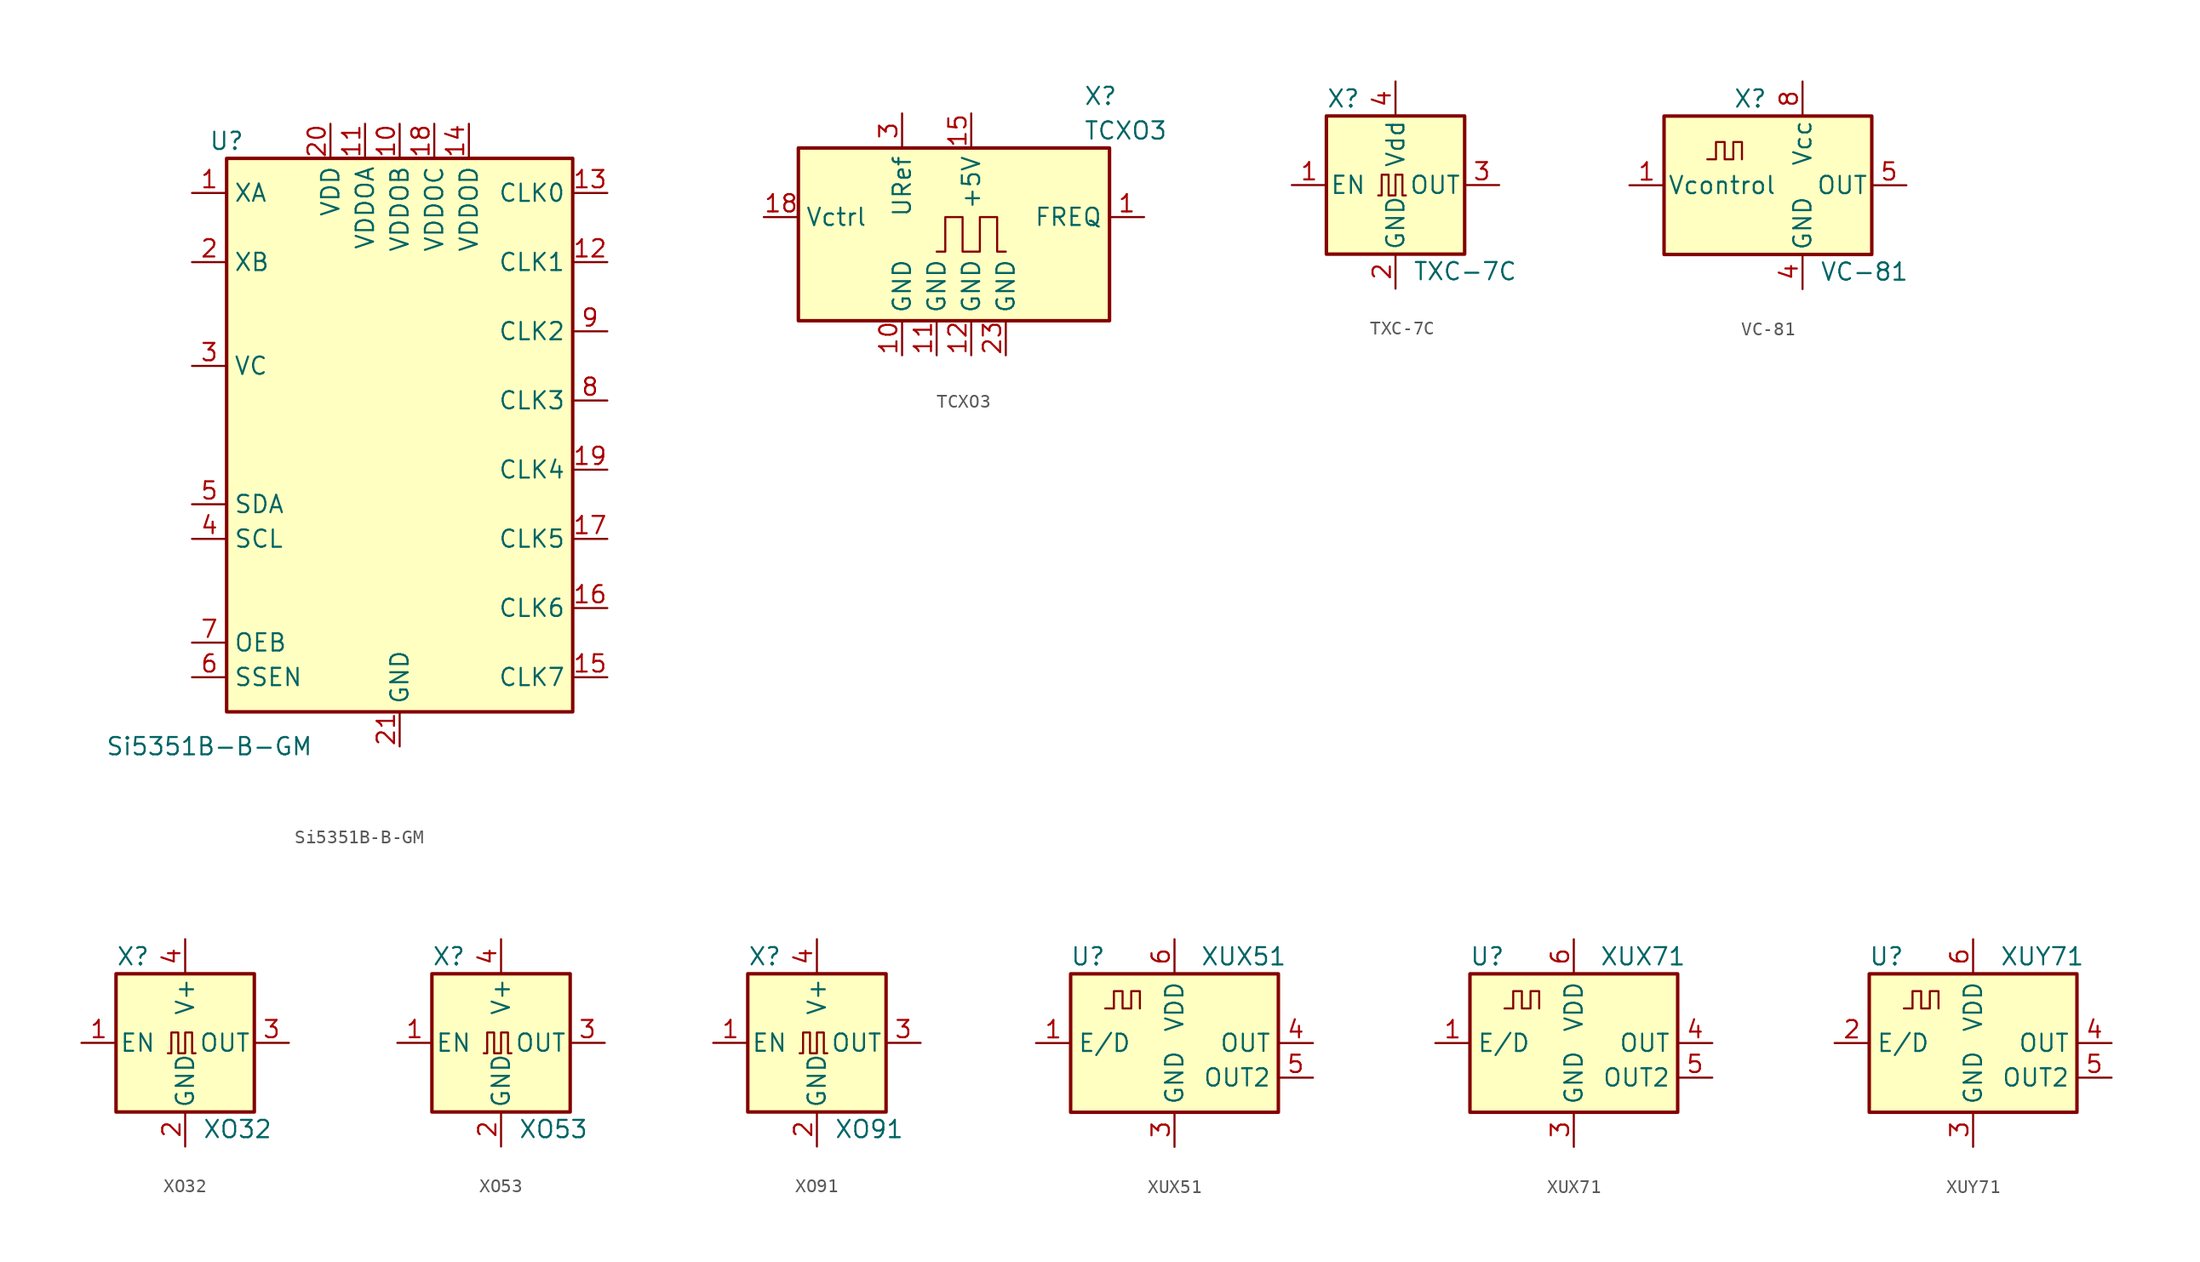
<source format=kicad_sym>
(kicad_symbol_lib
  (version 20211014)
  (generator kicad_symbol_editor)
  (symbol "Si5351B-B-GM"
    (property "Reference" "U"
      (at -12.7 21.59 0)
      (effects (font (size 1.27 1.27))))
    (property "Value" "Si5351B-B-GM"
      (at -13.97 -22.86 0)
      (effects (font (size 1.27 1.27))))
    (symbol "Si5351B-B-GM_1_1"
      (rectangle (start -12.7 20.32) (end 12.7 -20.32) (stroke (width 0.254) (type default) (color 0 0 0 0)) (fill (type background)))
      (pin input line (at -15.24 17.78 0) (length 2.54) (name "XA" (effects (font (size 1.27 1.27)))) (number "1" (effects (font (size 1.27 1.27)))))
      (pin power_in line (at 0 22.86 270) (length 2.54) (name "VDDOB" (effects (font (size 1.27 1.27)))) (number "10" (effects (font (size 1.27 1.27)))))
      (pin power_in line (at -2.54 22.86 270) (length 2.54) (name "VDDOA" (effects (font (size 1.27 1.27)))) (number "11" (effects (font (size 1.27 1.27)))))
      (pin output line (at 15.24 12.7 180) (length 2.54) (name "CLK1" (effects (font (size 1.27 1.27)))) (number "12" (effects (font (size 1.27 1.27)))))
      (pin output line (at 15.24 17.78 180) (length 2.54) (name "CLK0" (effects (font (size 1.27 1.27)))) (number "13" (effects (font (size 1.27 1.27)))))
      (pin power_in line (at 5.08 22.86 270) (length 2.54) (name "VDDOD" (effects (font (size 1.27 1.27)))) (number "14" (effects (font (size 1.27 1.27)))))
      (pin output line (at 15.24 -17.78 180) (length 2.54) (name "CLK7" (effects (font (size 1.27 1.27)))) (number "15" (effects (font (size 1.27 1.27)))))
      (pin output line (at 15.24 -12.7 180) (length 2.54) (name "CLK6" (effects (font (size 1.27 1.27)))) (number "16" (effects (font (size 1.27 1.27)))))
      (pin output line (at 15.24 -7.62 180) (length 2.54) (name "CLK5" (effects (font (size 1.27 1.27)))) (number "17" (effects (font (size 1.27 1.27)))))
      (pin power_in line (at 2.54 22.86 270) (length 2.54) (name "VDDOC" (effects (font (size 1.27 1.27)))) (number "18" (effects (font (size 1.27 1.27)))))
      (pin output line (at 15.24 -2.54 180) (length 2.54) (name "CLK4" (effects (font (size 1.27 1.27)))) (number "19" (effects (font (size 1.27 1.27)))))
      (pin input line (at -15.24 12.7 0) (length 2.54) (name "XB" (effects (font (size 1.27 1.27)))) (number "2" (effects (font (size 1.27 1.27)))))
      (pin power_in line (at -5.08 22.86 270) (length 2.54) (name "VDD" (effects (font (size 1.27 1.27)))) (number "20" (effects (font (size 1.27 1.27)))))
      (pin power_in line (at 0 -22.86 90) (length 2.54) (name "GND" (effects (font (size 1.27 1.27)))) (number "21" (effects (font (size 1.27 1.27)))))
      (pin input line (at -15.24 5.08 0) (length 2.54) (name "VC" (effects (font (size 1.27 1.27)))) (number "3" (effects (font (size 1.27 1.27)))))
      (pin input line (at -15.24 -7.62 0) (length 2.54) (name "SCL" (effects (font (size 1.27 1.27)))) (number "4" (effects (font (size 1.27 1.27)))))
      (pin bidirectional line (at -15.24 -5.08 0) (length 2.54) (name "SDA" (effects (font (size 1.27 1.27)))) (number "5" (effects (font (size 1.27 1.27)))))
      (pin input line (at -15.24 -17.78 0) (length 2.54) (name "SSEN" (effects (font (size 1.27 1.27)))) (number "6" (effects (font (size 1.27 1.27)))))
      (pin input line (at -15.24 -15.24 0) (length 2.54) (name "OEB" (effects (font (size 1.27 1.27)))) (number "7" (effects (font (size 1.27 1.27)))))
      (pin output line (at 15.24 2.54 180) (length 2.54) (name "CLK3" (effects (font (size 1.27 1.27)))) (number "8" (effects (font (size 1.27 1.27)))))
      (pin output line (at 15.24 7.62 180) (length 2.54) (name "CLK2" (effects (font (size 1.27 1.27)))) (number "9" (effects (font (size 1.27 1.27)))))))
  (symbol "TCXO3"
    (property "Reference" "X"
      (at 8.255 11.43 0)
      (effects (font (size 1.27 1.27)) (justify left)))
    (property "Value" "TCXO3"
      (at 8.255 8.89 0)
      (effects (font (size 1.27 1.27)) (justify left)))
    (symbol "TCXO3_0_1"
      (rectangle (start -12.7 -5.08) (end 10.16 7.62) (stroke (width 0.254) (type default) (color 0 0 0 0)) (fill (type background)))
      (polyline (pts (xy -2.54 0) (xy -1.905 0) (xy -1.905 2.54) (xy -0.635 2.54) (xy -0.635 0) (xy 0.635 0) (xy 0.635 2.54) (xy 1.905 2.54) (xy 1.905 0) (xy 2.54 0)) (stroke (width 0) (type default) (color 0 0 0 0)) (fill (type none))))
    (symbol "TCXO3_1_1"
      (pin output line (at 12.7 2.54 180) (length 2.54) (name "FREQ" (effects (font (size 1.27 1.27)))) (number "1" (effects (font (size 1.27 1.27)))))
      (pin power_in line (at -5.08 -7.62 90) (length 2.54) (name "GND" (effects (font (size 1.27 1.27)))) (number "10" (effects (font (size 1.27 1.27)))))
      (pin power_in line (at -2.54 -7.62 90) (length 2.54) (name "GND" (effects (font (size 1.27 1.27)))) (number "11" (effects (font (size 1.27 1.27)))))
      (pin power_in line (at 0 -7.62 90) (length 2.54) (name "GND" (effects (font (size 1.27 1.27)))) (number "12" (effects (font (size 1.27 1.27)))))
      (pin no_connect line (at 7.62 -5.08 90) (length 2.54) hide (name "NC" (effects (font (size 1.27 1.27)))) (number "13" (effects (font (size 1.27 1.27)))))
      (pin no_connect line (at 10.16 0 180) (length 2.54) hide (name "NC" (effects (font (size 1.27 1.27)))) (number "14" (effects (font (size 1.27 1.27)))))
      (pin power_in line (at 0 10.16 270) (length 2.54) (name "+5V" (effects (font (size 1.27 1.27)))) (number "15" (effects (font (size 1.27 1.27)))))
      (pin no_connect line (at 5.08 7.62 270) (length 2.54) hide (name "NC" (effects (font (size 1.27 1.27)))) (number "16" (effects (font (size 1.27 1.27)))))
      (pin no_connect line (at -2.54 7.62 270) (length 2.54) hide (name "NC" (effects (font (size 1.27 1.27)))) (number "17" (effects (font (size 1.27 1.27)))))
      (pin input line (at -15.24 2.54 0) (length 2.54) (name "Vctrl" (effects (font (size 1.27 1.27)))) (number "18" (effects (font (size 1.27 1.27)))))
      (pin no_connect line (at -7.62 7.62 270) (length 2.54) hide (name "NC" (effects (font (size 1.27 1.27)))) (number "19" (effects (font (size 1.27 1.27)))))
      (pin no_connect line (at 10.16 5.08 180) (length 2.54) hide (name "NC" (effects (font (size 1.27 1.27)))) (number "2" (effects (font (size 1.27 1.27)))))
      (pin no_connect line (at -10.16 7.62 270) (length 2.54) hide (name "NC" (effects (font (size 1.27 1.27)))) (number "20" (effects (font (size 1.27 1.27)))))
      (pin no_connect line (at 7.62 7.62 270) (length 2.54) hide (name "NC" (effects (font (size 1.27 1.27)))) (number "21" (effects (font (size 1.27 1.27)))))
      (pin no_connect line (at 10.16 -2.54 180) (length 2.54) hide (name "NC" (effects (font (size 1.27 1.27)))) (number "22" (effects (font (size 1.27 1.27)))))
      (pin power_in line (at 2.54 -7.62 90) (length 2.54) (name "GND" (effects (font (size 1.27 1.27)))) (number "23" (effects (font (size 1.27 1.27)))))
      (pin power_out line (at -5.08 10.16 270) (length 2.54) (name "URef" (effects (font (size 1.27 1.27)))) (number "3" (effects (font (size 1.27 1.27)))))
      (pin no_connect line (at -12.7 5.08 0) (length 2.54) hide (name "NC" (effects (font (size 1.27 1.27)))) (number "4" (effects (font (size 1.27 1.27)))))
      (pin no_connect line (at 2.54 7.62 270) (length 2.54) hide (name "NC" (effects (font (size 1.27 1.27)))) (number "5" (effects (font (size 1.27 1.27)))))
      (pin no_connect line (at -12.7 0 0) (length 2.54) hide (name "NC" (effects (font (size 1.27 1.27)))) (number "6" (effects (font (size 1.27 1.27)))))
      (pin no_connect line (at -12.7 -2.54 0) (length 2.54) hide (name "NC" (effects (font (size 1.27 1.27)))) (number "7" (effects (font (size 1.27 1.27)))))
      (pin no_connect line (at -7.62 -5.08 90) (length 2.54) hide (name "NC" (effects (font (size 1.27 1.27)))) (number "8" (effects (font (size 1.27 1.27)))))
      (pin no_connect line (at 5.08 -5.08 90) (length 2.54) hide (name "NC" (effects (font (size 1.27 1.27)))) (number "9" (effects (font (size 1.27 1.27)))))))
  (symbol "TXC-7C"
    (pin_names
      (offset 0.254))
    (property "Reference" "X"
      (at -5.08 6.35 0)
      (effects (font (size 1.27 1.27)) (justify left)))
    (property "Value" "TXC-7C"
      (at 1.27 -6.35 0)
      (effects (font (size 1.27 1.27)) (justify left)))
    (symbol "TXC-7C_0_1"
      (rectangle (start -5.08 5.08) (end 5.08 -5.08) (stroke (width 0.254) (type default) (color 0 0 0 0)) (fill (type background)))
      (polyline (pts (xy -1.27 -0.762) (xy -1.016 -0.762) (xy -1.016 0.762) (xy -0.508 0.762) (xy -0.508 -0.762) (xy 0 -0.762) (xy 0 0.762) (xy 0.508 0.762) (xy 0.508 -0.762) (xy 0.762 -0.762)) (stroke (width 0) (type default) (color 0 0 0 0)) (fill (type none))))
    (symbol "TXC-7C_1_1"
      (pin input line (at -7.62 0 0) (length 2.54) (name "EN" (effects (font (size 1.27 1.27)))) (number "1" (effects (font (size 1.27 1.27)))))
      (pin power_in line (at 0 -7.62 90) (length 2.54) (name "GND" (effects (font (size 1.27 1.27)))) (number "2" (effects (font (size 1.27 1.27)))))
      (pin output line (at 7.62 0 180) (length 2.54) (name "OUT" (effects (font (size 1.27 1.27)))) (number "3" (effects (font (size 1.27 1.27)))))
      (pin power_in line (at 0 7.62 270) (length 2.54) (name "Vdd" (effects (font (size 1.27 1.27)))) (number "4" (effects (font (size 1.27 1.27)))))))
  (symbol "VC-81"
    (pin_names
      (offset 0.254))
    (property "Reference" "X"
      (at -5.08 6.35 0)
      (effects (font (size 1.27 1.27)) (justify left)))
    (property "Value" "VC-81"
      (at 1.27 -6.35 0)
      (effects (font (size 1.27 1.27)) (justify left)))
    (symbol "VC-81_0_1"
      (rectangle (start -10.16 5.08) (end 5.08 -5.08) (stroke (width 0.254) (type default) (color 0 0 0 0)) (fill (type background)))
      (polyline (pts (xy -6.985 1.905) (xy -6.35 1.905) (xy -6.35 3.175) (xy -5.715 3.175) (xy -5.715 1.905) (xy -5.08 1.905) (xy -5.08 3.175) (xy -4.445 3.175) (xy -4.445 1.905)) (stroke (width 0) (type default) (color 0 0 0 0)) (fill (type none))))
    (symbol "VC-81_1_1"
      (pin input line (at -12.7 0 0) (length 2.54) (name "Vcontrol" (effects (font (size 1.27 1.27)))) (number "1" (effects (font (size 1.27 1.27)))))
      (pin power_in line (at 0 -7.62 90) (length 2.54) (name "GND" (effects (font (size 1.27 1.27)))) (number "4" (effects (font (size 1.27 1.27)))))
      (pin output line (at 7.62 0 180) (length 2.54) (name "OUT" (effects (font (size 1.27 1.27)))) (number "5" (effects (font (size 1.27 1.27)))))
      (pin power_in line (at 0 7.62 270) (length 2.54) (name "Vcc" (effects (font (size 1.27 1.27)))) (number "8" (effects (font (size 1.27 1.27)))))))
  (symbol "XO32"
    (pin_names
      (offset 0.254))
    (property "Reference" "X"
      (at -5.08 6.35 0)
      (effects (font (size 1.27 1.27)) (justify left)))
    (property "Value" "XO32"
      (at 1.27 -6.35 0)
      (effects (font (size 1.27 1.27)) (justify left)))
    (symbol "XO32_0_1"
      (rectangle (start -5.08 5.08) (end 5.08 -5.08) (stroke (width 0.254) (type default) (color 0 0 0 0)) (fill (type background)))
      (polyline (pts (xy -1.27 -0.762) (xy -1.016 -0.762) (xy -1.016 0.762) (xy -0.508 0.762) (xy -0.508 -0.762) (xy 0 -0.762) (xy 0 0.762) (xy 0.508 0.762) (xy 0.508 -0.762) (xy 0.762 -0.762)) (stroke (width 0) (type default) (color 0 0 0 0)) (fill (type none))))
    (symbol "XO32_1_1"
      (pin input line (at -7.62 0 0) (length 2.54) (name "EN" (effects (font (size 1.27 1.27)))) (number "1" (effects (font (size 1.27 1.27)))))
      (pin power_in line (at 0 -7.62 90) (length 2.54) (name "GND" (effects (font (size 1.27 1.27)))) (number "2" (effects (font (size 1.27 1.27)))))
      (pin output line (at 7.62 0 180) (length 2.54) (name "OUT" (effects (font (size 1.27 1.27)))) (number "3" (effects (font (size 1.27 1.27)))))
      (pin power_in line (at 0 7.62 270) (length 2.54) (name "V+" (effects (font (size 1.27 1.27)))) (number "4" (effects (font (size 1.27 1.27)))))))
  (symbol "XO53"
    (pin_names
      (offset 0.254))
    (property "Reference" "X"
      (at -5.08 6.35 0)
      (effects (font (size 1.27 1.27)) (justify left)))
    (property "Value" "XO53"
      (at 1.27 -6.35 0)
      (effects (font (size 1.27 1.27)) (justify left)))
    (symbol "XO53_0_1"
      (rectangle (start -5.08 5.08) (end 5.08 -5.08) (stroke (width 0.254) (type default) (color 0 0 0 0)) (fill (type background)))
      (polyline (pts (xy 0.762 -0.762) (xy 0.508 -0.762) (xy 0.508 0.762) (xy 0 0.762) (xy 0 -0.762) (xy -0.508 -0.762) (xy -0.508 0.762) (xy -1.016 0.762) (xy -1.016 -0.762) (xy -1.27 -0.762)) (stroke (width 0) (type default) (color 0 0 0 0)) (fill (type none))))
    (symbol "XO53_1_1"
      (pin input line (at -7.62 0 0) (length 2.54) (name "EN" (effects (font (size 1.27 1.27)))) (number "1" (effects (font (size 1.27 1.27)))))
      (pin power_in line (at 0 -7.62 90) (length 2.54) (name "GND" (effects (font (size 1.27 1.27)))) (number "2" (effects (font (size 1.27 1.27)))))
      (pin output line (at 7.62 0 180) (length 2.54) (name "OUT" (effects (font (size 1.27 1.27)))) (number "3" (effects (font (size 1.27 1.27)))))
      (pin power_in line (at 0 7.62 270) (length 2.54) (name "V+" (effects (font (size 1.27 1.27)))) (number "4" (effects (font (size 1.27 1.27)))))))
  (symbol "XO91"
    (pin_names
      (offset 0.254))
    (property "Reference" "X"
      (at -5.08 6.35 0)
      (effects (font (size 1.27 1.27)) (justify left)))
    (property "Value" "XO91"
      (at 1.27 -6.35 0)
      (effects (font (size 1.27 1.27)) (justify left)))
    (symbol "XO91_0_1"
      (rectangle (start -5.08 5.08) (end 5.08 -5.08) (stroke (width 0.254) (type default) (color 0 0 0 0)) (fill (type background)))
      (polyline (pts (xy 0.762 -0.762) (xy 0.508 -0.762) (xy 0.508 0.762) (xy 0 0.762) (xy 0 -0.762) (xy -0.508 -0.762) (xy -0.508 0.762) (xy -1.016 0.762) (xy -1.016 -0.762) (xy -1.27 -0.762)) (stroke (width 0) (type default) (color 0 0 0 0)) (fill (type none))))
    (symbol "XO91_1_1"
      (pin input line (at -7.62 0 0) (length 2.54) (name "EN" (effects (font (size 1.27 1.27)))) (number "1" (effects (font (size 1.27 1.27)))))
      (pin power_in line (at 0 -7.62 90) (length 2.54) (name "GND" (effects (font (size 1.27 1.27)))) (number "2" (effects (font (size 1.27 1.27)))))
      (pin output line (at 7.62 0 180) (length 2.54) (name "OUT" (effects (font (size 1.27 1.27)))) (number "3" (effects (font (size 1.27 1.27)))))
      (pin power_in line (at 0 7.62 270) (length 2.54) (name "V+" (effects (font (size 1.27 1.27)))) (number "4" (effects (font (size 1.27 1.27)))))))
  (symbol "XUX51"
    (property "Reference" "U"
      (at -6.35 6.35 0)
      (effects (font (size 1.27 1.27))))
    (property "Value" "XUX51"
      (at 5.08 6.35 0)
      (effects (font (size 1.27 1.27))))
    (symbol "XUX51_0_1"
      (rectangle (start -7.62 5.08) (end 7.62 -5.08) (stroke (width 0.254) (type default) (color 0 0 0 0)) (fill (type background)))
      (polyline (pts (xy -5.08 2.54) (xy -4.445 2.54) (xy -4.445 3.81) (xy -3.81 3.81) (xy -3.81 2.54) (xy -3.175 2.54) (xy -3.175 3.81) (xy -2.54 3.81) (xy -2.54 2.54)) (stroke (width 0) (type default) (color 0 0 0 0)) (fill (type none))))
    (symbol "XUX51_1_1"
      (pin input line (at -10.16 0 0) (length 2.54) (name "E/D" (effects (font (size 1.27 1.27)))) (number "1" (effects (font (size 1.27 1.27)))))
      (pin no_connect line (at -7.62 -2.54 0) (length 2.54) hide (name "NC" (effects (font (size 1.27 1.27)))) (number "2" (effects (font (size 1.27 1.27)))))
      (pin power_in line (at 0 -7.62 90) (length 2.54) (name "GND" (effects (font (size 1.27 1.27)))) (number "3" (effects (font (size 1.27 1.27)))))
      (pin output line (at 10.16 0 180) (length 2.54) (name "OUT" (effects (font (size 1.27 1.27)))) (number "4" (effects (font (size 1.27 1.27)))))
      (pin output line (at 10.16 -2.54 180) (length 2.54) (name "OUT2" (effects (font (size 1.27 1.27)))) (number "5" (effects (font (size 1.27 1.27)))))
      (pin power_in line (at 0 7.62 270) (length 2.54) (name "VDD" (effects (font (size 1.27 1.27)))) (number "6" (effects (font (size 1.27 1.27)))))))
  (symbol "XUX71"
    (property "Reference" "U"
      (at -6.35 6.35 0)
      (effects (font (size 1.27 1.27))))
    (property "Value" "XUX71"
      (at 5.08 6.35 0)
      (effects (font (size 1.27 1.27))))
    (symbol "XUX71_0_1"
      (rectangle (start -7.62 5.08) (end 7.62 -5.08) (stroke (width 0.254) (type default) (color 0 0 0 0)) (fill (type background))))
    (symbol "XUX71_1_1"
      (polyline (pts (xy -5.08 2.54) (xy -4.445 2.54) (xy -4.445 3.81) (xy -3.81 3.81) (xy -3.81 2.54) (xy -3.175 2.54) (xy -3.175 3.81) (xy -2.54 3.81) (xy -2.54 2.54)) (stroke (width 0) (type default) (color 0 0 0 0)) (fill (type none)))
      (pin input line (at -10.16 0 0) (length 2.54) (name "E/D" (effects (font (size 1.27 1.27)))) (number "1" (effects (font (size 1.27 1.27)))))
      (pin no_connect line (at -7.62 -2.54 0) (length 2.54) hide (name "NC" (effects (font (size 1.27 1.27)))) (number "2" (effects (font (size 1.27 1.27)))))
      (pin power_in line (at 0 -7.62 90) (length 2.54) (name "GND" (effects (font (size 1.27 1.27)))) (number "3" (effects (font (size 1.27 1.27)))))
      (pin output line (at 10.16 0 180) (length 2.54) (name "OUT" (effects (font (size 1.27 1.27)))) (number "4" (effects (font (size 1.27 1.27)))))
      (pin output line (at 10.16 -2.54 180) (length 2.54) (name "OUT2" (effects (font (size 1.27 1.27)))) (number "5" (effects (font (size 1.27 1.27)))))
      (pin power_in line (at 0 7.62 270) (length 2.54) (name "VDD" (effects (font (size 1.27 1.27)))) (number "6" (effects (font (size 1.27 1.27)))))))
  (symbol "XUY71"
    (property "Reference" "U"
      (at -6.35 6.35 0)
      (effects (font (size 1.27 1.27))))
    (property "Value" "XUY71"
      (at 5.08 6.35 0)
      (effects (font (size 1.27 1.27))))
    (symbol "XUY71_0_1"
      (rectangle (start -7.62 5.08) (end 7.62 -5.08) (stroke (width 0.254) (type default) (color 0 0 0 0)) (fill (type background))))
    (symbol "XUY71_1_1"
      (polyline (pts (xy -5.08 2.54) (xy -4.445 2.54) (xy -4.445 3.81) (xy -3.81 3.81) (xy -3.81 2.54) (xy -3.175 2.54) (xy -3.175 3.81) (xy -2.54 3.81) (xy -2.54 2.54)) (stroke (width 0) (type default) (color 0 0 0 0)) (fill (type none)))
      (pin no_connect line (at -7.62 -2.54 0) (length 2.54) hide (name "NC" (effects (font (size 1.27 1.27)))) (number "1" (effects (font (size 1.27 1.27)))))
      (pin input line (at -10.16 0 0) (length 2.54) (name "E/D" (effects (font (size 1.27 1.27)))) (number "2" (effects (font (size 1.27 1.27)))))
      (pin power_in line (at 0 -7.62 90) (length 2.54) (name "GND" (effects (font (size 1.27 1.27)))) (number "3" (effects (font (size 1.27 1.27)))))
      (pin output line (at 10.16 0 180) (length 2.54) (name "OUT" (effects (font (size 1.27 1.27)))) (number "4" (effects (font (size 1.27 1.27)))))
      (pin output line (at 10.16 -2.54 180) (length 2.54) (name "OUT2" (effects (font (size 1.27 1.27)))) (number "5" (effects (font (size 1.27 1.27)))))
      (pin power_in line (at 0 7.62 270) (length 2.54) (name "VDD" (effects (font (size 1.27 1.27)))) (number "6" (effects (font (size 1.27 1.27))))))))
</source>
